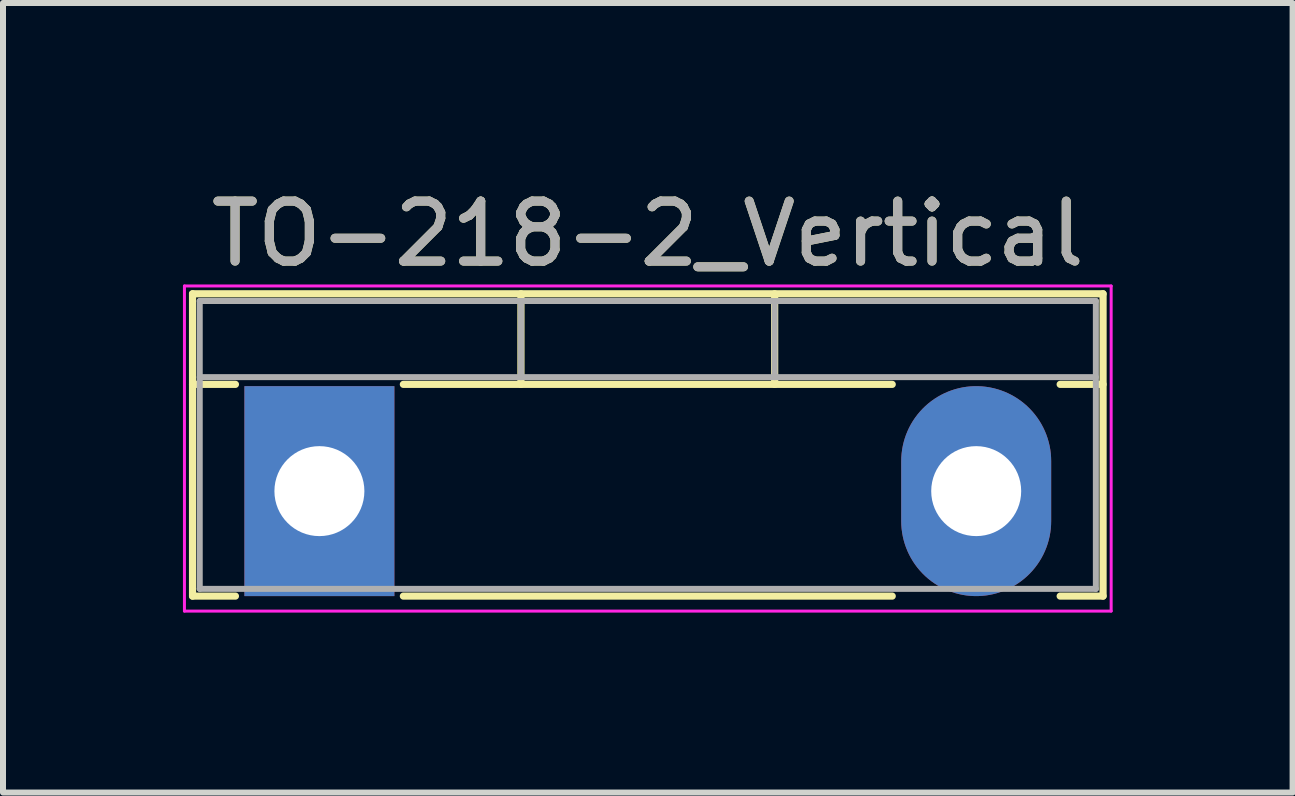
<source format=kicad_pcb>
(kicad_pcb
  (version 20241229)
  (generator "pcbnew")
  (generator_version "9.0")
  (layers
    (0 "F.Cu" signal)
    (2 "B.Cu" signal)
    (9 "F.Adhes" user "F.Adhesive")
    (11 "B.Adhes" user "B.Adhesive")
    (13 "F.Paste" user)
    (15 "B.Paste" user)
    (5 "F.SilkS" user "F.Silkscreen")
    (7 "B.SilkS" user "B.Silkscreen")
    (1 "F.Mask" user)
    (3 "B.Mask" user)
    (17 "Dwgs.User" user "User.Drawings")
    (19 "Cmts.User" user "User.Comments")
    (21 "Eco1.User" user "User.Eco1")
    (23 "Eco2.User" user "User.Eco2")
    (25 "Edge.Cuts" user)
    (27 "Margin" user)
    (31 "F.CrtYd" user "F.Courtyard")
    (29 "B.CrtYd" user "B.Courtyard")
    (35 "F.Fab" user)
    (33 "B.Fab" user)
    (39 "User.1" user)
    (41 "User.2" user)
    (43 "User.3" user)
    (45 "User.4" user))
  (footprint "TO-218-2_Vertical"
    (layer "F.Cu")
    (at 2.275 5.138)
    (property "Reference" "TO-218-2_Vertical" (at 5.475 -4.29 0) (layer "F.SilkS") (effects (font (size 1 1) (thickness 0.15))))
    (attr through_hole)
    (fp_line (start -2.115 -3.29) (end -2.115 1.75) (stroke (width 0.12) (type solid)) (layer "F.SilkS"))
    (fp_line (start -2.115 -3.29) (end 13.065 -3.29) (stroke (width 0.12) (type solid)) (layer "F.SilkS"))
    (fp_line (start -2.115 -1.78) (end -1.4 -1.78) (stroke (width 0.12) (type solid)) (layer "F.SilkS"))
    (fp_line (start -2.115 1.75) (end -1.4 1.75) (stroke (width 0.12) (type solid)) (layer "F.SilkS"))
    (fp_line (start 1.4 -1.78) (end 9.55 -1.78) (stroke (width 0.12) (type solid)) (layer "F.SilkS"))
    (fp_line (start 1.4 1.75) (end 9.55 1.75) (stroke (width 0.12) (type solid)) (layer "F.SilkS"))
    (fp_line (start 3.36 -3.29) (end 3.36 -1.78) (stroke (width 0.12) (type solid)) (layer "F.SilkS"))
    (fp_line (start 7.59 -3.29) (end 7.59 -1.78) (stroke (width 0.12) (type solid)) (layer "F.SilkS"))
    (fp_line (start 12.35 -1.78) (end 13.065 -1.78) (stroke (width 0.12) (type solid)) (layer "F.SilkS"))
    (fp_line (start 12.35 1.75) (end 13.065 1.75) (stroke (width 0.12) (type solid)) (layer "F.SilkS"))
    (fp_line (start 13.065 -3.29) (end 13.065 1.75) (stroke (width 0.12) (type solid)) (layer "F.SilkS"))
    (fp_line (start -2.25 -3.42) (end -2.25 2) (stroke (width 0.05) (type solid)) (layer "F.CrtYd"))
    (fp_line (start -2.25 2) (end 13.2 2) (stroke (width 0.05) (type solid)) (layer "F.CrtYd"))
    (fp_line (start 13.2 -3.42) (end -2.25 -3.42) (stroke (width 0.05) (type solid)) (layer "F.CrtYd"))
    (fp_line (start 13.2 2) (end 13.2 -3.42) (stroke (width 0.05) (type solid)) (layer "F.CrtYd"))
    (fp_line (start -1.995 -3.17) (end -1.995 1.63) (stroke (width 0.1) (type solid)) (layer "F.Fab"))
    (fp_line (start -1.995 -1.9) (end 12.945 -1.9) (stroke (width 0.1) (type solid)) (layer "F.Fab"))
    (fp_line (start -1.995 1.63) (end 12.945 1.63) (stroke (width 0.1) (type solid)) (layer "F.Fab"))
    (fp_line (start 3.36 -3.17) (end 3.36 -1.9) (stroke (width 0.1) (type solid)) (layer "F.Fab"))
    (fp_line (start 7.59 -3.17) (end 7.59 -1.9) (stroke (width 0.1) (type solid)) (layer "F.Fab"))
    (fp_line (start 12.945 -3.17) (end -1.995 -3.17) (stroke (width 0.1) (type solid)) (layer "F.Fab"))
    (fp_line (start 12.945 1.63) (end 12.945 -3.17) (stroke (width 0.1) (type solid)) (layer "F.Fab"))
    (fp_text user "${REFERENCE}" (at 5.475 -4.29 0) (layer "F.Fab") (effects (font (size 1 1) (thickness 0.15))))
    (pad "1" thru_hole rect (at 0 0) (size 2.5 3.5) (drill 1.5) (layers "*.Cu" "*.Mask"))
    (pad "2" thru_hole oval (at 10.95 0) (size 2.5 3.5) (drill 1.5) (layers "*.Cu" "*.Mask")))
  (gr_rect
    (start -3 -3)
    (end 18.5 10.163)
    (stroke (width 0.1) (type default))
    (fill no)
    (layer "Edge.Cuts")))
</source>
